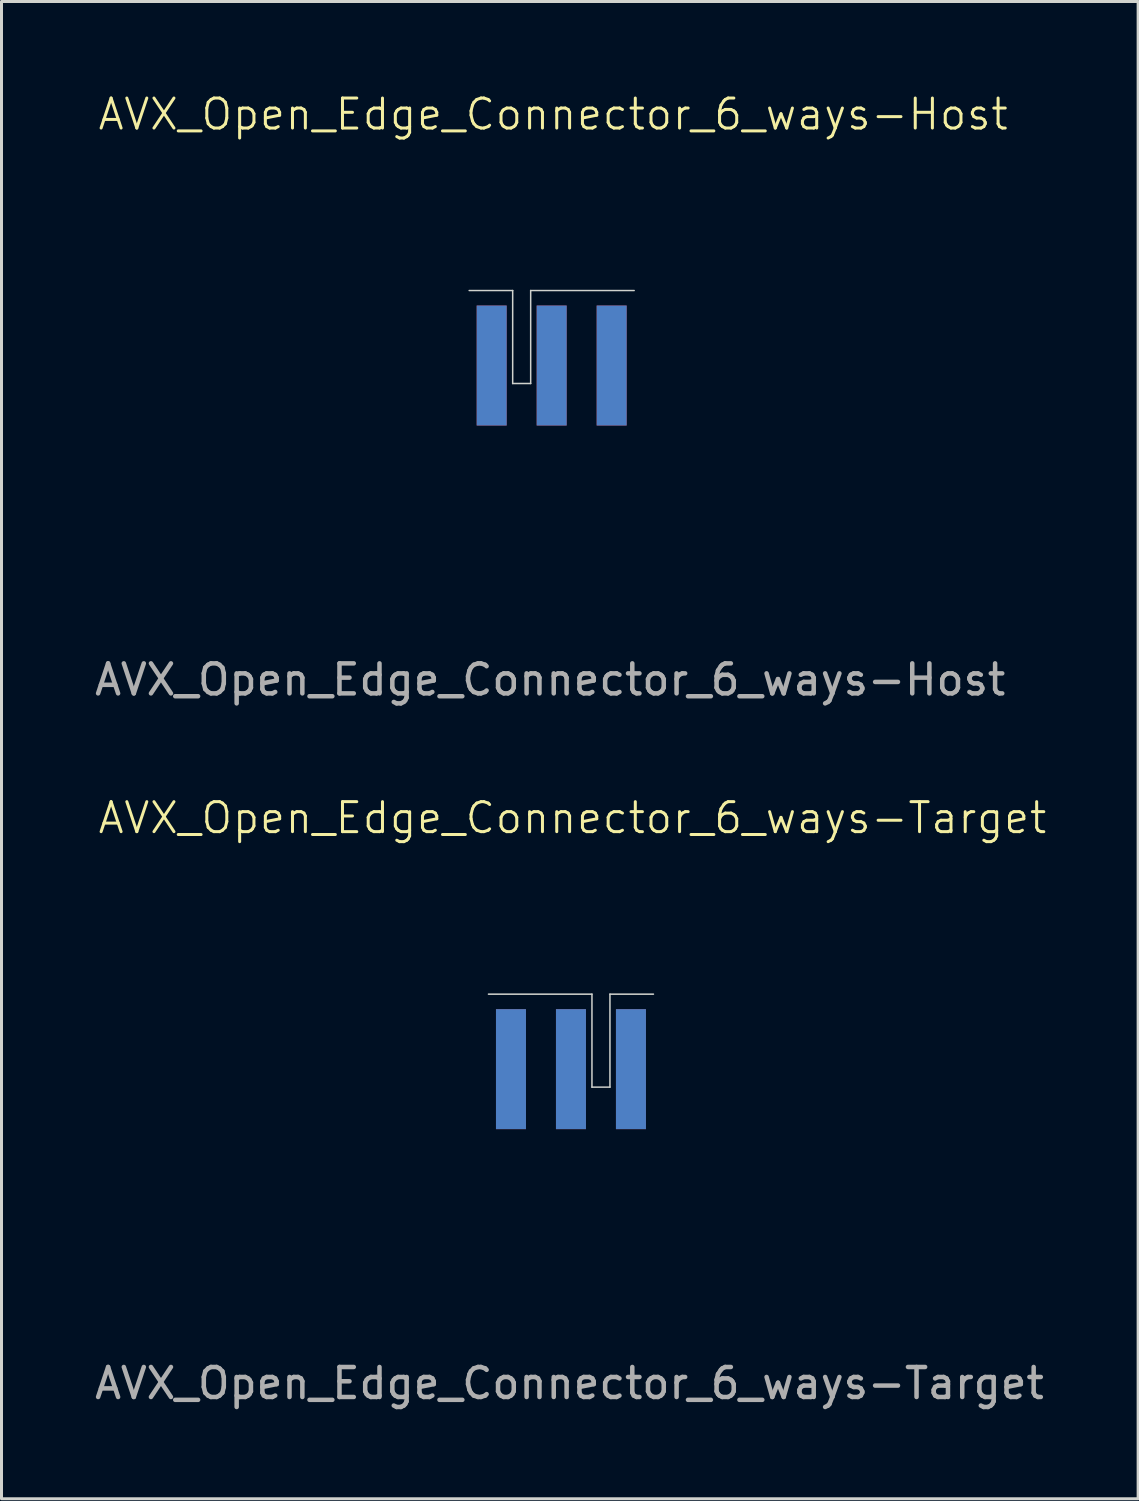
<source format=kicad_pcb>
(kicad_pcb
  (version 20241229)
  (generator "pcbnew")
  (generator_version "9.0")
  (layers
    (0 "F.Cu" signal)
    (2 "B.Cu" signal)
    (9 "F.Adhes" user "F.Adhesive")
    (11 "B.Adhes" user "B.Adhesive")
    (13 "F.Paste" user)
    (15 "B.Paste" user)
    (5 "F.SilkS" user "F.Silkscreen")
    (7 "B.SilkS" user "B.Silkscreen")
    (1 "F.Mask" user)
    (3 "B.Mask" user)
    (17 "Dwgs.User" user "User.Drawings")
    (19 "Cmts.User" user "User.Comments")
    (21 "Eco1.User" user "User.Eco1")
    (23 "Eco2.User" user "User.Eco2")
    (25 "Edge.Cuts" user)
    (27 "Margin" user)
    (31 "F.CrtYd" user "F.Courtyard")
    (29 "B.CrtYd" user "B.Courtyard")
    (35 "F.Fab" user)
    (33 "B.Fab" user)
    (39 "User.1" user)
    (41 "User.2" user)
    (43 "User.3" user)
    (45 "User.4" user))
  (footprint "AVX_Open_Edge_Connector_6_ways-Host"
    (layer "F.Cu")
    (at 15.342 9.136)
    (property "Reference" "AVX_Open_Edge_Connector_6_ways-Host" (at 0.05 -8.375 0) (unlocked yes) (layer "F.SilkS") (effects (font (size 1 1) (thickness 0.1))))
    (attr smd)
    (fp_line (start -1.3 -2.5) (end -2.75 -2.5) (stroke (width 0.05) (type default)) (layer "Edge.Cuts"))
    (fp_line (start -1.3 -2.5) (end -1.3 0.6) (stroke (width 0.05) (type default)) (layer "Edge.Cuts"))
    (fp_line (start -1.3 0.6) (end -0.7 0.6) (stroke (width 0.05) (type default)) (layer "Edge.Cuts"))
    (fp_line (start -0.7 -2.5) (end 2.75 -2.5) (stroke (width 0.05) (type default)) (layer "Edge.Cuts"))
    (fp_line (start -0.7 0.6) (end -0.7 -2.5) (stroke (width 0.05) (type default)) (layer "Edge.Cuts"))
    (fp_text user "${REFERENCE}" (at -0.05 10.475 0) (unlocked yes) (layer "F.Fab") (effects (font (size 1 1) (thickness 0.15))))
    (pad "1" connect rect (at -2 0) (size 1 4) (layers "F.Cu" "F.Mask"))
    (pad "2" connect rect (at 0 0) (size 1 4) (layers "F.Cu" "F.Mask"))
    (pad "3" connect rect (at 2 0) (size 1 4) (layers "F.Cu" "F.Mask"))
    (pad "4" connect rect (at -2 0) (size 1 4) (layers "B.Cu" "B.Mask"))
    (pad "5" connect rect (at 0 0) (size 1 4) (layers "B.Cu" "B.Mask"))
    (pad "6" connect rect (at 2 0) (size 1 4) (layers "B.Cu" "B.Mask")))
  (footprint "AVX_Open_Edge_Connector_6_ways-Target"
    (layer "F.Cu")
    (at 15.985 32.594)
    (property "Reference" "AVX_Open_Edge_Connector_6_ways-Target" (at 0.05 -8.375 0) (unlocked yes) (layer "F.SilkS") (effects (font (size 1 1) (thickness 0.1))))
    (attr smd)
    (fp_line (start 0.7 -2.5) (end -2.75 -2.5) (stroke (width 0.05) (type default)) (layer "Edge.Cuts"))
    (fp_line (start 0.7 0.6) (end 0.7 -2.5) (stroke (width 0.05) (type default)) (layer "Edge.Cuts"))
    (fp_line (start 1.3 -2.5) (end 1.3 0.6) (stroke (width 0.05) (type default)) (layer "Edge.Cuts"))
    (fp_line (start 1.3 -2.5) (end 2.75 -2.5) (stroke (width 0.05) (type default)) (layer "Edge.Cuts"))
    (fp_line (start 1.3 0.6) (end 0.7 0.6) (stroke (width 0.05) (type default)) (layer "Edge.Cuts"))
    (fp_text user "${REFERENCE}" (at -0.05 10.475 0) (unlocked yes) (layer "F.Fab") (effects (font (size 1 1) (thickness 0.15))))
    (pad "1" connect rect (at -2 0) (size 1 4) (layers "F.Cu" "F.Mask"))
    (pad "2" connect rect (at 0 0) (size 1 4) (layers "F.Cu" "F.Mask"))
    (pad "3" connect rect (at 2 0) (size 1 4) (layers "F.Cu" "F.Mask"))
    (pad "4" connect rect (at -2 0) (size 1 4) (layers "B.Cu" "B.Mask"))
    (pad "5" connect rect (at 0 0) (size 1 4) (layers "B.Cu" "B.Mask"))
    (pad "6" connect rect (at 2 0) (size 1 4) (layers "B.Cu" "B.Mask")))
  (gr_rect
    (start -3 -3)
    (end 34.894 46.917)
    (stroke (width 0.1) (type default))
    (fill no)
    (layer "Edge.Cuts")))
</source>
